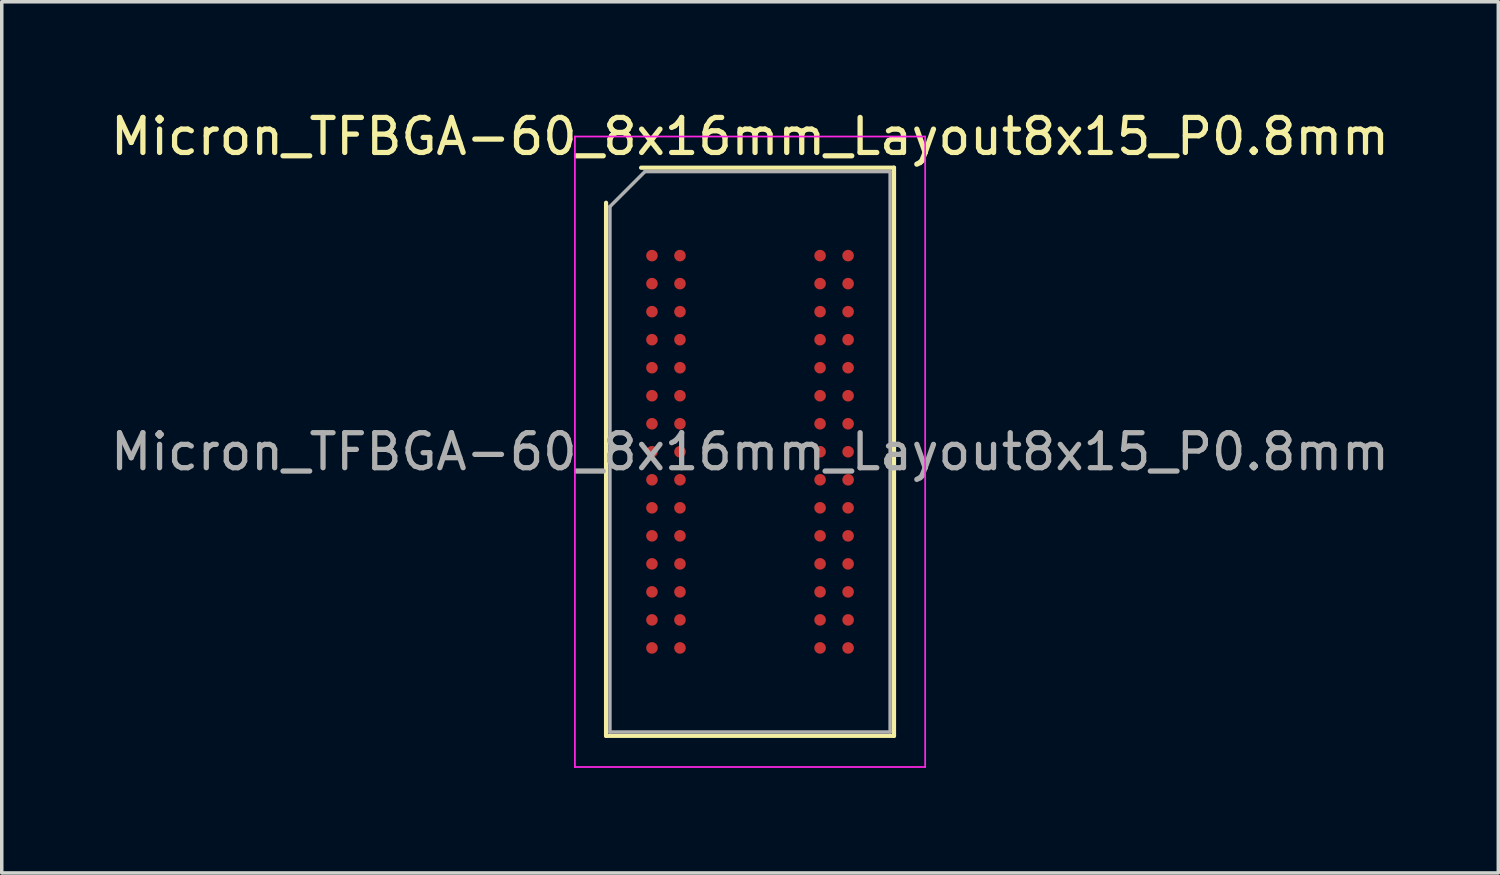
<source format=kicad_pcb>
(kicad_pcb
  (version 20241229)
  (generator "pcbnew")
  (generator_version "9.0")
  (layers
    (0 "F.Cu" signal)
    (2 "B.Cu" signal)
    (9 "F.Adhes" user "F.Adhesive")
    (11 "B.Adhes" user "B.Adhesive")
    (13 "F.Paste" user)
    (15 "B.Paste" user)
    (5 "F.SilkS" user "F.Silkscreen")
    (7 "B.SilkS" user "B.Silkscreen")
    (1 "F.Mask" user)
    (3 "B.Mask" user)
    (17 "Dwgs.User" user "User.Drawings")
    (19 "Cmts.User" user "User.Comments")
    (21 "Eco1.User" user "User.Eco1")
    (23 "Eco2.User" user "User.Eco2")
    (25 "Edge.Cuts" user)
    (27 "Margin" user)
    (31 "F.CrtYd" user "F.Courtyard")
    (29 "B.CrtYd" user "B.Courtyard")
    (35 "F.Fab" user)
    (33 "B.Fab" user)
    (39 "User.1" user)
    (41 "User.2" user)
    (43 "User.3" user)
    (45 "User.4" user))
  (footprint "Micron_TFBGA-60_8x16mm_Layout8x15_P0.8mm"
    (layer "F.Cu")
    (at 18.363 9.848)
    (property "Reference" "Micron_TFBGA-60_8x16mm_Layout8x15_P0.8mm" (at 0 -9 0) (layer "F.SilkS") (effects (font (size 1 1) (thickness 0.15))))
    (attr smd)
    (fp_line (start -4.11 8.11) (end -4.11 -7.11) (stroke (width 0.12) (type solid)) (layer "F.SilkS"))
    (fp_line (start -3.11 -8.11) (end 4.11 -8.11) (stroke (width 0.12) (type solid)) (layer "F.SilkS"))
    (fp_line (start 4.11 -8.11) (end 4.11 8.11) (stroke (width 0.12) (type solid)) (layer "F.SilkS"))
    (fp_line (start 4.11 8.11) (end -4.11 8.11) (stroke (width 0.12) (type solid)) (layer "F.SilkS"))
    (fp_line (start -5 -9) (end -5 9) (stroke (width 0.05) (type solid)) (layer "F.CrtYd"))
    (fp_line (start -5 9) (end 5 9) (stroke (width 0.05) (type solid)) (layer "F.CrtYd"))
    (fp_line (start 5 -9) (end -5 -9) (stroke (width 0.05) (type solid)) (layer "F.CrtYd"))
    (fp_line (start 5 9) (end 5 -9) (stroke (width 0.05) (type solid)) (layer "F.CrtYd"))
    (fp_line (start -4 -7) (end -3 -8) (stroke (width 0.1) (type solid)) (layer "F.Fab"))
    (fp_line (start -4 8) (end -4 -7) (stroke (width 0.1) (type solid)) (layer "F.Fab"))
    (fp_line (start -3 -8) (end 4 -8) (stroke (width 0.1) (type solid)) (layer "F.Fab"))
    (fp_line (start 4 -8) (end 4 8) (stroke (width 0.1) (type solid)) (layer "F.Fab"))
    (fp_line (start 4 8) (end -4 8) (stroke (width 0.1) (type solid)) (layer "F.Fab"))
    (fp_text user "${REFERENCE}" (at 0 0 0) (layer "F.Fab") (effects (font (size 1 1) (thickness 0.15))))
    (pad "A1" smd circle (at -2.8 -5.6) (size 0.33 0.33) (layers "F.Cu" "F.Mask" "F.Paste"))
    (pad "A2" smd circle (at -2 -5.6) (size 0.33 0.33) (layers "F.Cu" "F.Mask" "F.Paste"))
    (pad "A7" smd circle (at 2 -5.6) (size 0.33 0.33) (layers "F.Cu" "F.Mask" "F.Paste"))
    (pad "A8" smd circle (at 2.8 -5.6) (size 0.33 0.33) (layers "F.Cu" "F.Mask" "F.Paste"))
    (pad "B1" smd circle (at -2.8 -4.8) (size 0.33 0.33) (layers "F.Cu" "F.Mask" "F.Paste"))
    (pad "B2" smd circle (at -2 -4.8) (size 0.33 0.33) (layers "F.Cu" "F.Mask" "F.Paste"))
    (pad "B7" smd circle (at 2 -4.8) (size 0.33 0.33) (layers "F.Cu" "F.Mask" "F.Paste"))
    (pad "B8" smd circle (at 2.8 -4.8) (size 0.33 0.33) (layers "F.Cu" "F.Mask" "F.Paste"))
    (pad "C1" smd circle (at -2.8 -4) (size 0.33 0.33) (layers "F.Cu" "F.Mask" "F.Paste"))
    (pad "C2" smd circle (at -2 -4) (size 0.33 0.33) (layers "F.Cu" "F.Mask" "F.Paste"))
    (pad "C7" smd circle (at 2 -4) (size 0.33 0.33) (layers "F.Cu" "F.Mask" "F.Paste"))
    (pad "C8" smd circle (at 2.8 -4) (size 0.33 0.33) (layers "F.Cu" "F.Mask" "F.Paste"))
    (pad "D1" smd circle (at -2.8 -3.2) (size 0.33 0.33) (layers "F.Cu" "F.Mask" "F.Paste"))
    (pad "D2" smd circle (at -2 -3.2) (size 0.33 0.33) (layers "F.Cu" "F.Mask" "F.Paste"))
    (pad "D7" smd circle (at 2 -3.2) (size 0.33 0.33) (layers "F.Cu" "F.Mask" "F.Paste"))
    (pad "D8" smd circle (at 2.8 -3.2) (size 0.33 0.33) (layers "F.Cu" "F.Mask" "F.Paste"))
    (pad "E1" smd circle (at -2.8 -2.4) (size 0.33 0.33) (layers "F.Cu" "F.Mask" "F.Paste"))
    (pad "E2" smd circle (at -2 -2.4) (size 0.33 0.33) (layers "F.Cu" "F.Mask" "F.Paste"))
    (pad "E7" smd circle (at 2 -2.4) (size 0.33 0.33) (layers "F.Cu" "F.Mask" "F.Paste"))
    (pad "E8" smd circle (at 2.8 -2.4) (size 0.33 0.33) (layers "F.Cu" "F.Mask" "F.Paste"))
    (pad "F1" smd circle (at -2.8 -1.6) (size 0.33 0.33) (layers "F.Cu" "F.Mask" "F.Paste"))
    (pad "F2" smd circle (at -2 -1.6) (size 0.33 0.33) (layers "F.Cu" "F.Mask" "F.Paste"))
    (pad "F7" smd circle (at 2 -1.6) (size 0.33 0.33) (layers "F.Cu" "F.Mask" "F.Paste"))
    (pad "F8" smd circle (at 2.8 -1.6) (size 0.33 0.33) (layers "F.Cu" "F.Mask" "F.Paste"))
    (pad "G1" smd circle (at -2.8 -0.8) (size 0.33 0.33) (layers "F.Cu" "F.Mask" "F.Paste"))
    (pad "G2" smd circle (at -2 -0.8) (size 0.33 0.33) (layers "F.Cu" "F.Mask" "F.Paste"))
    (pad "G7" smd circle (at 2 -0.8) (size 0.33 0.33) (layers "F.Cu" "F.Mask" "F.Paste"))
    (pad "G8" smd circle (at 2.8 -0.8) (size 0.33 0.33) (layers "F.Cu" "F.Mask" "F.Paste"))
    (pad "H1" smd circle (at -2.8 0) (size 0.33 0.33) (layers "F.Cu" "F.Mask" "F.Paste"))
    (pad "H2" smd circle (at -2 0) (size 0.33 0.33) (layers "F.Cu" "F.Mask" "F.Paste"))
    (pad "H7" smd circle (at 2 0) (size 0.33 0.33) (layers "F.Cu" "F.Mask" "F.Paste"))
    (pad "H8" smd circle (at 2.8 0) (size 0.33 0.33) (layers "F.Cu" "F.Mask" "F.Paste"))
    (pad "J1" smd circle (at -2.8 0.8) (size 0.33 0.33) (layers "F.Cu" "F.Mask" "F.Paste"))
    (pad "J2" smd circle (at -2 0.8) (size 0.33 0.33) (layers "F.Cu" "F.Mask" "F.Paste"))
    (pad "J7" smd circle (at 2 0.8) (size 0.33 0.33) (layers "F.Cu" "F.Mask" "F.Paste"))
    (pad "J8" smd circle (at 2.8 0.8) (size 0.33 0.33) (layers "F.Cu" "F.Mask" "F.Paste"))
    (pad "K1" smd circle (at -2.8 1.6) (size 0.33 0.33) (layers "F.Cu" "F.Mask" "F.Paste"))
    (pad "K2" smd circle (at -2 1.6) (size 0.33 0.33) (layers "F.Cu" "F.Mask" "F.Paste"))
    (pad "K7" smd circle (at 2 1.6) (size 0.33 0.33) (layers "F.Cu" "F.Mask" "F.Paste"))
    (pad "K8" smd circle (at 2.8 1.6) (size 0.33 0.33) (layers "F.Cu" "F.Mask" "F.Paste"))
    (pad "L1" smd circle (at -2.8 2.4) (size 0.33 0.33) (layers "F.Cu" "F.Mask" "F.Paste"))
    (pad "L2" smd circle (at -2 2.4) (size 0.33 0.33) (layers "F.Cu" "F.Mask" "F.Paste"))
    (pad "L7" smd circle (at 2 2.4) (size 0.33 0.33) (layers "F.Cu" "F.Mask" "F.Paste"))
    (pad "L8" smd circle (at 2.8 2.4) (size 0.33 0.33) (layers "F.Cu" "F.Mask" "F.Paste"))
    (pad "M1" smd circle (at -2.8 3.2) (size 0.33 0.33) (layers "F.Cu" "F.Mask" "F.Paste"))
    (pad "M2" smd circle (at -2 3.2) (size 0.33 0.33) (layers "F.Cu" "F.Mask" "F.Paste"))
    (pad "M7" smd circle (at 2 3.2) (size 0.33 0.33) (layers "F.Cu" "F.Mask" "F.Paste"))
    (pad "M8" smd circle (at 2.8 3.2) (size 0.33 0.33) (layers "F.Cu" "F.Mask" "F.Paste"))
    (pad "N1" smd circle (at -2.8 4) (size 0.33 0.33) (layers "F.Cu" "F.Mask" "F.Paste"))
    (pad "N2" smd circle (at -2 4) (size 0.33 0.33) (layers "F.Cu" "F.Mask" "F.Paste"))
    (pad "N7" smd circle (at 2 4) (size 0.33 0.33) (layers "F.Cu" "F.Mask" "F.Paste"))
    (pad "N8" smd circle (at 2.8 4) (size 0.33 0.33) (layers "F.Cu" "F.Mask" "F.Paste"))
    (pad "P1" smd circle (at -2.8 4.8) (size 0.33 0.33) (layers "F.Cu" "F.Mask" "F.Paste"))
    (pad "P2" smd circle (at -2 4.8) (size 0.33 0.33) (layers "F.Cu" "F.Mask" "F.Paste"))
    (pad "P7" smd circle (at 2 4.8) (size 0.33 0.33) (layers "F.Cu" "F.Mask" "F.Paste"))
    (pad "P8" smd circle (at 2.8 4.8) (size 0.33 0.33) (layers "F.Cu" "F.Mask" "F.Paste"))
    (pad "R1" smd circle (at -2.8 5.6) (size 0.33 0.33) (layers "F.Cu" "F.Mask" "F.Paste"))
    (pad "R2" smd circle (at -2 5.6) (size 0.33 0.33) (layers "F.Cu" "F.Mask" "F.Paste"))
    (pad "R7" smd circle (at 2 5.6) (size 0.33 0.33) (layers "F.Cu" "F.Mask" "F.Paste"))
    (pad "R8" smd circle (at 2.8 5.6) (size 0.33 0.33) (layers "F.Cu" "F.Mask" "F.Paste")))
  (gr_rect
    (start -3 -3)
    (end 39.726 21.873)
    (stroke (width 0.1) (type default))
    (fill no)
    (layer "Edge.Cuts")))
</source>
